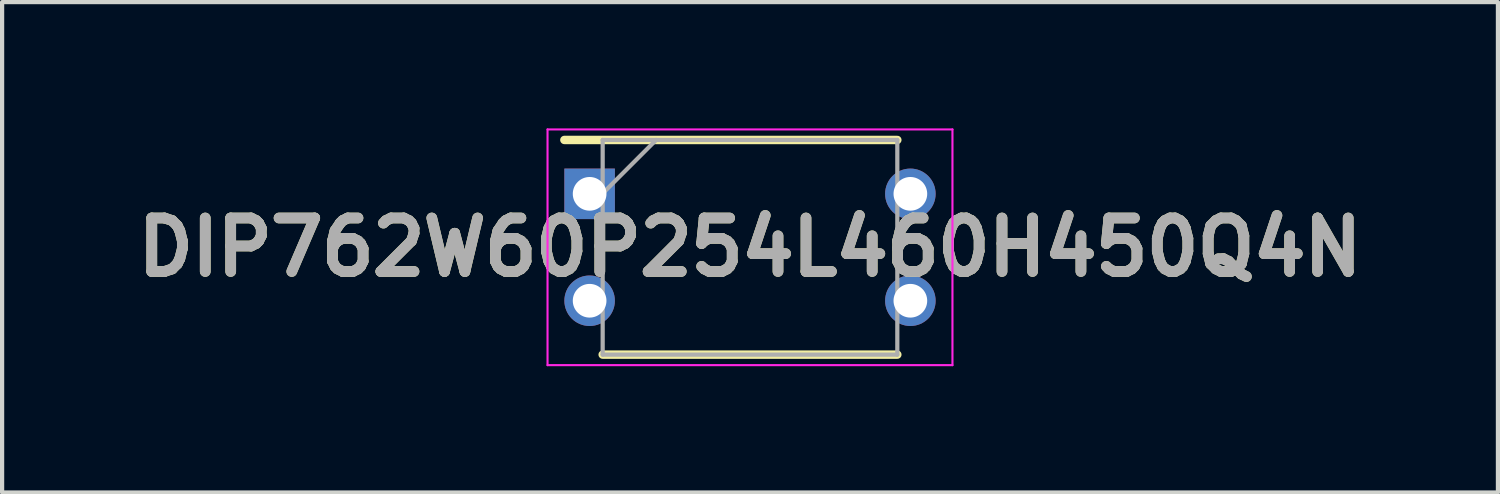
<source format=kicad_pcb>
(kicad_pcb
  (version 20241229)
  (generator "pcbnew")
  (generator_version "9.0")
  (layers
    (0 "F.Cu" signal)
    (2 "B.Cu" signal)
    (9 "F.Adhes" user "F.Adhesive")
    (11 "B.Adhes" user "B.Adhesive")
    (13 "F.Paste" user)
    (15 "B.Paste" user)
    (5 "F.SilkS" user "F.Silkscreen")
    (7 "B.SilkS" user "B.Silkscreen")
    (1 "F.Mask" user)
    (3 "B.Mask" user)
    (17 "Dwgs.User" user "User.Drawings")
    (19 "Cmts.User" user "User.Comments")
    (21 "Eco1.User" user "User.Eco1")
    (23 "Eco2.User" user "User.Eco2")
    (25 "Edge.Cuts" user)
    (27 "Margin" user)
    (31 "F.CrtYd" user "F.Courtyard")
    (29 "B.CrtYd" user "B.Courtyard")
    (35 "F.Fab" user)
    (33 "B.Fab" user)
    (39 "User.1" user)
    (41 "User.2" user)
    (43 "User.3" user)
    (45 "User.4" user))
  (footprint "DIP762W60P254L460H450Q4N"
    (layer "F.Cu")
    (at 14.768 2.825)
    (property "Reference" "DIP762W60P254L460H450Q4N" (at 0 0 0) (layer "F.SilkS") (effects (font (size 1.27 1.27) (thickness 0.254))))
    (attr through_hole)
    (fp_line (start -4.41 -2.55) (end 3.5 -2.55) (stroke (width 0.2) (type solid)) (layer "F.SilkS"))
    (fp_line (start -3.5 2.55) (end 3.5 2.55) (stroke (width 0.2) (type solid)) (layer "F.SilkS"))
    (fp_line (start -4.81 -2.8) (end 4.81 -2.8) (stroke (width 0.05) (type solid)) (layer "F.CrtYd"))
    (fp_line (start -4.81 2.8) (end -4.81 -2.8) (stroke (width 0.05) (type solid)) (layer "F.CrtYd"))
    (fp_line (start 4.81 -2.8) (end 4.81 2.8) (stroke (width 0.05) (type solid)) (layer "F.CrtYd"))
    (fp_line (start 4.81 2.8) (end -4.81 2.8) (stroke (width 0.05) (type solid)) (layer "F.CrtYd"))
    (fp_line (start -3.5 -2.55) (end 3.5 -2.55) (stroke (width 0.1) (type solid)) (layer "F.Fab"))
    (fp_line (start -3.5 -1.28) (end -2.23 -2.55) (stroke (width 0.1) (type solid)) (layer "F.Fab"))
    (fp_line (start -3.5 2.55) (end -3.5 -2.55) (stroke (width 0.1) (type solid)) (layer "F.Fab"))
    (fp_line (start 3.5 -2.55) (end 3.5 2.55) (stroke (width 0.1) (type solid)) (layer "F.Fab"))
    (fp_line (start 3.5 2.55) (end -3.5 2.55) (stroke (width 0.1) (type solid)) (layer "F.Fab"))
    (fp_text user "${REFERENCE}" (at 0 0 0) (layer "F.Fab") (effects (font (size 1.27 1.27) (thickness 0.254))))
    (pad "1" thru_hole rect (at -3.81 -1.27) (size 1.2 1.2) (drill 0.8) (layers "*.Cu" "*.Mask"))
    (pad "2" thru_hole circle (at -3.81 1.27) (size 1.2 1.2) (drill 0.8) (layers "*.Cu" "*.Mask"))
    (pad "3" thru_hole circle (at 3.81 1.27) (size 1.2 1.2) (drill 0.8) (layers "*.Cu" "*.Mask"))
    (pad "4" thru_hole circle (at 3.81 -1.27) (size 1.2 1.2) (drill 0.8) (layers "*.Cu" "*.Mask")))
  (gr_rect
    (start -3 -3)
    (end 32.537 8.65)
    (stroke (width 0.1) (type default))
    (fill no)
    (layer "Edge.Cuts")))
</source>
